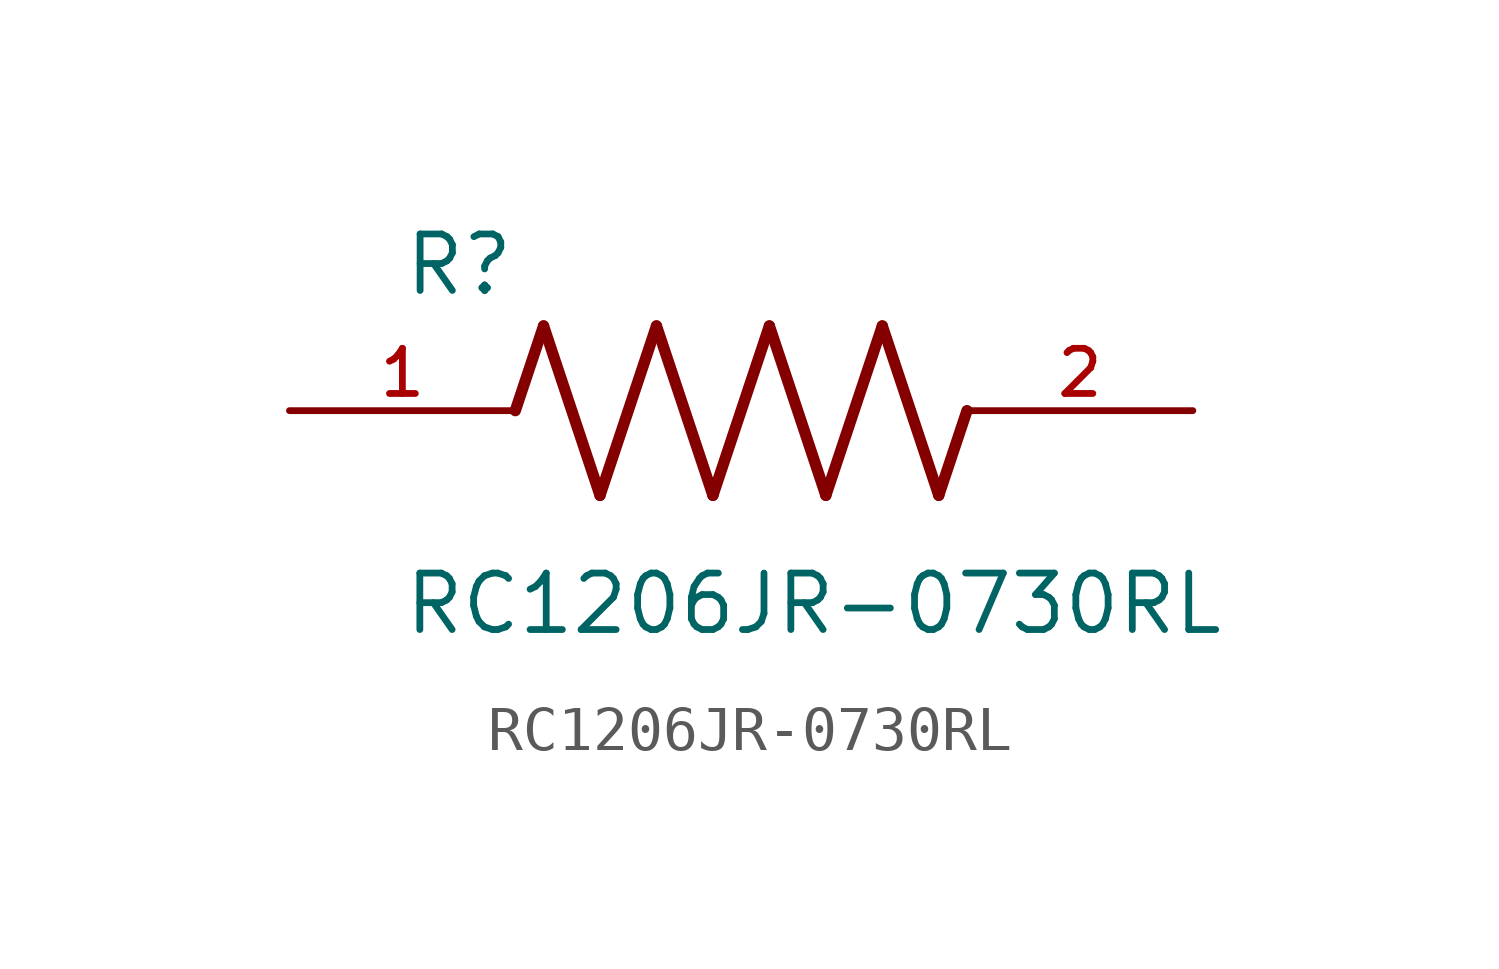
<source format=kicad_sym>
(kicad_symbol_lib
  (version 20211014)
  (generator kicad_symbol_editor)
  (symbol "RC1206JR-0730RL"
    (pin_names
      (offset 1.016))
    (property "Reference" "R"
      (at -7.624 2.541 0)
      (effects (font (size 1.27 1.27)) (justify bottom left)))
    (property "Value" "RC1206JR-0730RL"
      (at -7.63 -5.087 0)
      (effects (font (size 1.27 1.27)) (justify bottom left)))
    (symbol "RC1206JR-0730RL_0_0"
      (polyline (pts (xy -5.08 0.0) (xy -4.445 1.905)) (stroke (width 0.254)))
      (polyline (pts (xy -4.445 1.905) (xy -3.175 -1.905)) (stroke (width 0.254)))
      (polyline (pts (xy -3.175 -1.905) (xy -1.905 1.905)) (stroke (width 0.254)))
      (polyline (pts (xy -1.905 1.905) (xy -0.635 -1.905)) (stroke (width 0.254)))
      (polyline (pts (xy -0.635 -1.905) (xy 0.635 1.905)) (stroke (width 0.254)))
      (polyline (pts (xy 0.635 1.905) (xy 1.905 -1.905)) (stroke (width 0.254)))
      (polyline (pts (xy 1.905 -1.905) (xy 3.175 1.905)) (stroke (width 0.254)))
      (polyline (pts (xy 3.175 1.905) (xy 4.445 -1.905)) (stroke (width 0.254)))
      (polyline (pts (xy 4.445 -1.905) (xy 5.08 0.0)) (stroke (width 0.254)))
      (pin passive line (at -10.16 0.0 0) (length 5.08) (name "~" (effects (font (size 1.016 1.016)))) (number "1" (effects (font (size 1.016 1.016)))))
      (pin passive line (at 10.16 0.0 180.0) (length 5.08) (name "~" (effects (font (size 1.016 1.016)))) (number "2" (effects (font (size 1.016 1.016))))))))
</source>
